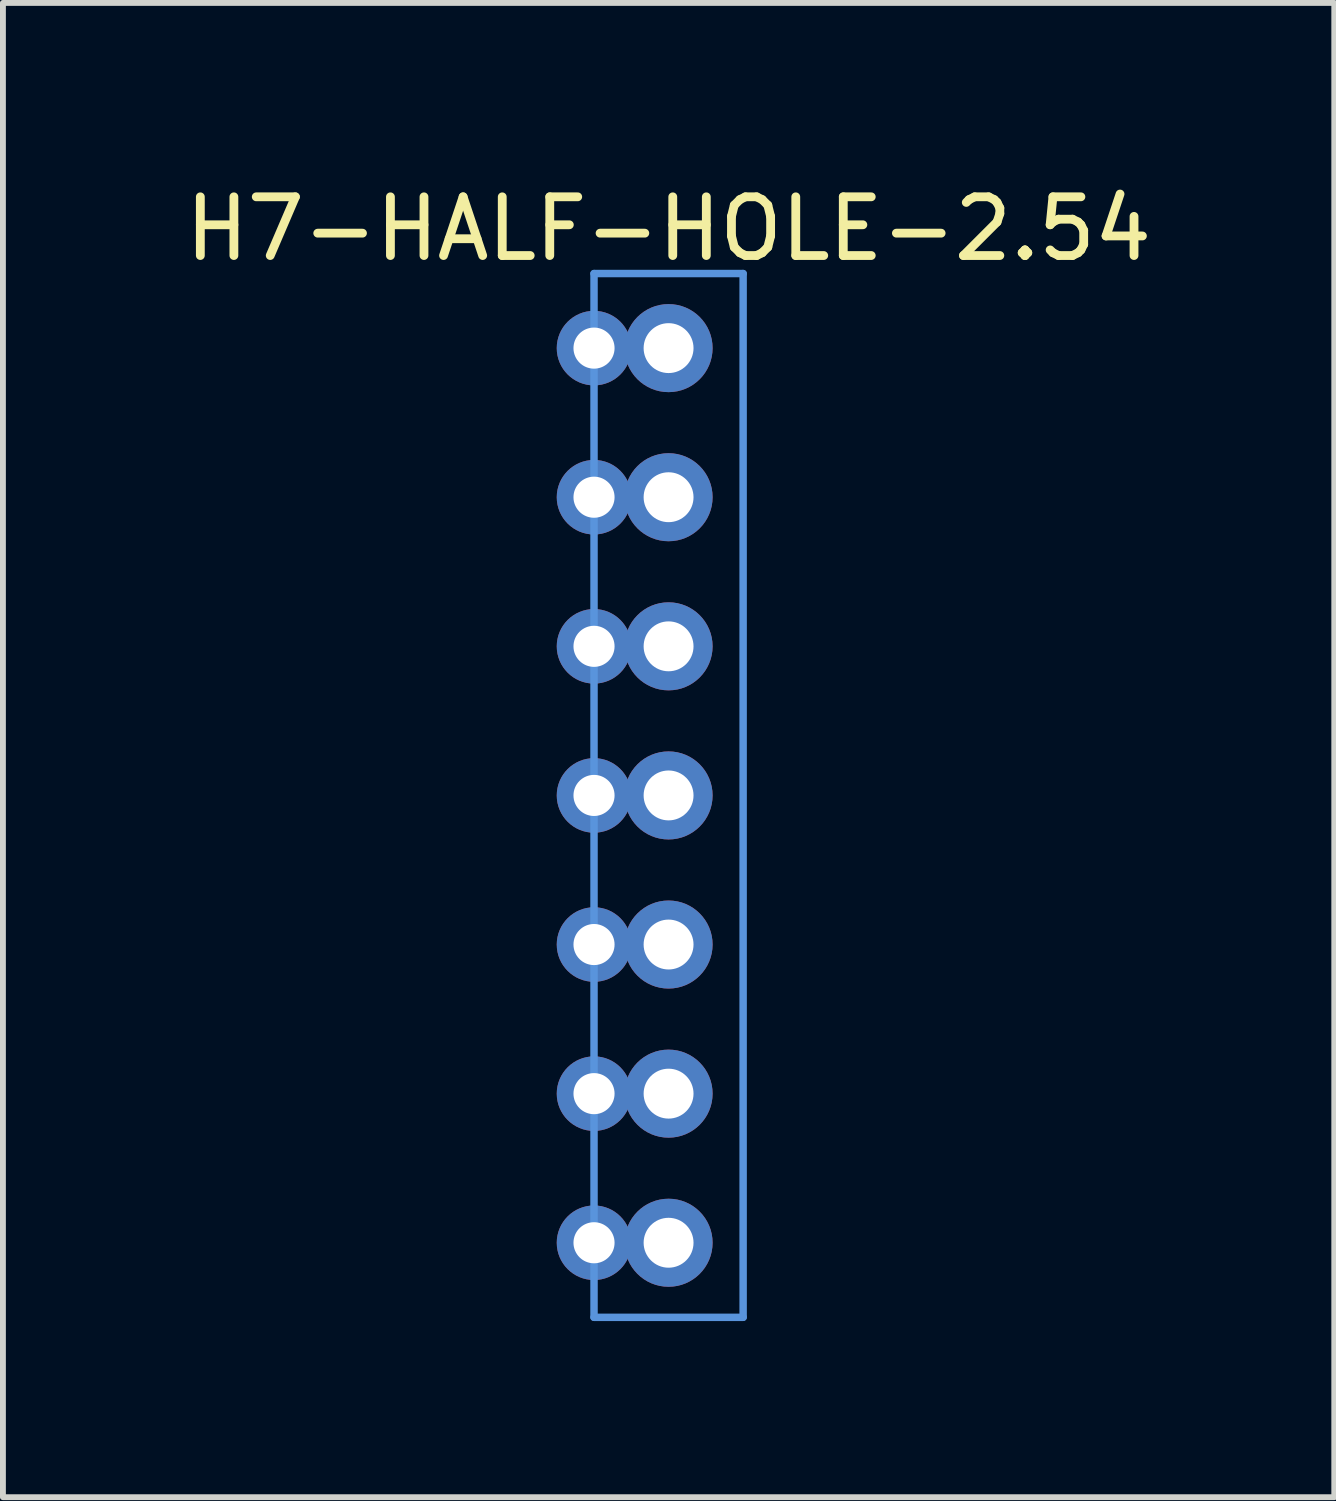
<source format=kicad_pcb>
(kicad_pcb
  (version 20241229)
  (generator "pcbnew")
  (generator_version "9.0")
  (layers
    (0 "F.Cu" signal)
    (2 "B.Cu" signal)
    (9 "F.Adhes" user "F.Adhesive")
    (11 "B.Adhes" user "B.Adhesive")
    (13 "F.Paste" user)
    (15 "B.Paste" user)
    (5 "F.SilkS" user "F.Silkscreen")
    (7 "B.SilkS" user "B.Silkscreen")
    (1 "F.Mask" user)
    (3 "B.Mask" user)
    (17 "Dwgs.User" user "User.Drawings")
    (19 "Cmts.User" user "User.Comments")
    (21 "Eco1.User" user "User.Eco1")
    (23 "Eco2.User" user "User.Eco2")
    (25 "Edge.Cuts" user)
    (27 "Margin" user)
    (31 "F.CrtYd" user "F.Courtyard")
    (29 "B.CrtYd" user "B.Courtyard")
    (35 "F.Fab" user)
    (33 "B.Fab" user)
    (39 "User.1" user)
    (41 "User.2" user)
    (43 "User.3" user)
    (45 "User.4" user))
  (footprint "H7-HALF-HOLE-2.54"
    (layer "F.Cu")
    (at 8.339 10.5)
    (property "Reference" "H7-HALF-HOLE-2.54" (at 0 -9.652 180) (layer "F.SilkS") (effects (font (size 1 1) (thickness 0.15))))
    (attr through_hole)
    (fp_line (start -1.27 -8.89) (end 1.27 -8.89) (stroke (width 0.127) (type solid)) (layer "Cmts.User"))
    (fp_line (start -1.27 8.89) (end -1.27 -8.89) (stroke (width 0.127) (type solid)) (layer "Cmts.User"))
    (fp_line (start 1.27 -8.89) (end 1.27 8.89) (stroke (width 0.127) (type solid)) (layer "Cmts.User"))
    (fp_line (start 1.27 8.89) (end -1.27 8.89) (stroke (width 0.127) (type solid)) (layer "Cmts.User"))
    (pad "1" thru_hole circle (at -1.27 -7.62) (size 1.27 1.27) (drill 0.7) (layers "*.Cu" "*.Mask"))
    (pad "1" thru_hole circle (at 0 -7.62) (size 1.5 1.5) (drill 0.85) (layers "*.Cu" "*.Mask"))
    (pad "2" thru_hole circle (at -1.27 -5.08) (size 1.27 1.27) (drill 0.7) (layers "*.Cu" "*.Mask"))
    (pad "2" thru_hole circle (at 0 -5.08) (size 1.5 1.5) (drill 0.85) (layers "*.Cu" "*.Mask"))
    (pad "3" thru_hole circle (at -1.27 -2.54) (size 1.27 1.27) (drill 0.7) (layers "*.Cu" "*.Mask"))
    (pad "3" thru_hole circle (at 0 -2.54) (size 1.5 1.5) (drill 0.85) (layers "*.Cu" "*.Mask"))
    (pad "4" thru_hole circle (at -1.27 0) (size 1.27 1.27) (drill 0.7) (layers "*.Cu" "*.Mask"))
    (pad "4" thru_hole circle (at 0 0) (size 1.5 1.5) (drill 0.85) (layers "*.Cu" "*.Mask"))
    (pad "5" thru_hole circle (at -1.27 2.54) (size 1.27 1.27) (drill 0.7) (layers "*.Cu" "*.Mask"))
    (pad "5" thru_hole circle (at 0 2.54) (size 1.5 1.5) (drill 0.85) (layers "*.Cu" "*.Mask"))
    (pad "6" thru_hole circle (at -1.27 5.08) (size 1.27 1.27) (drill 0.7) (layers "*.Cu" "*.Mask"))
    (pad "6" thru_hole circle (at 0 5.08) (size 1.5 1.5) (drill 0.85) (layers "*.Cu" "*.Mask"))
    (pad "7" thru_hole circle (at -1.27 7.62) (size 1.27 1.27) (drill 0.7) (layers "*.Cu" "*.Mask"))
    (pad "7" thru_hole circle (at 0 7.62) (size 1.5 1.5) (drill 0.85) (layers "*.Cu" "*.Mask")))
  (gr_rect
    (start -3 -3)
    (end 19.679 22.454)
    (stroke (width 0.1) (type default))
    (fill no)
    (layer "Edge.Cuts")))
</source>
